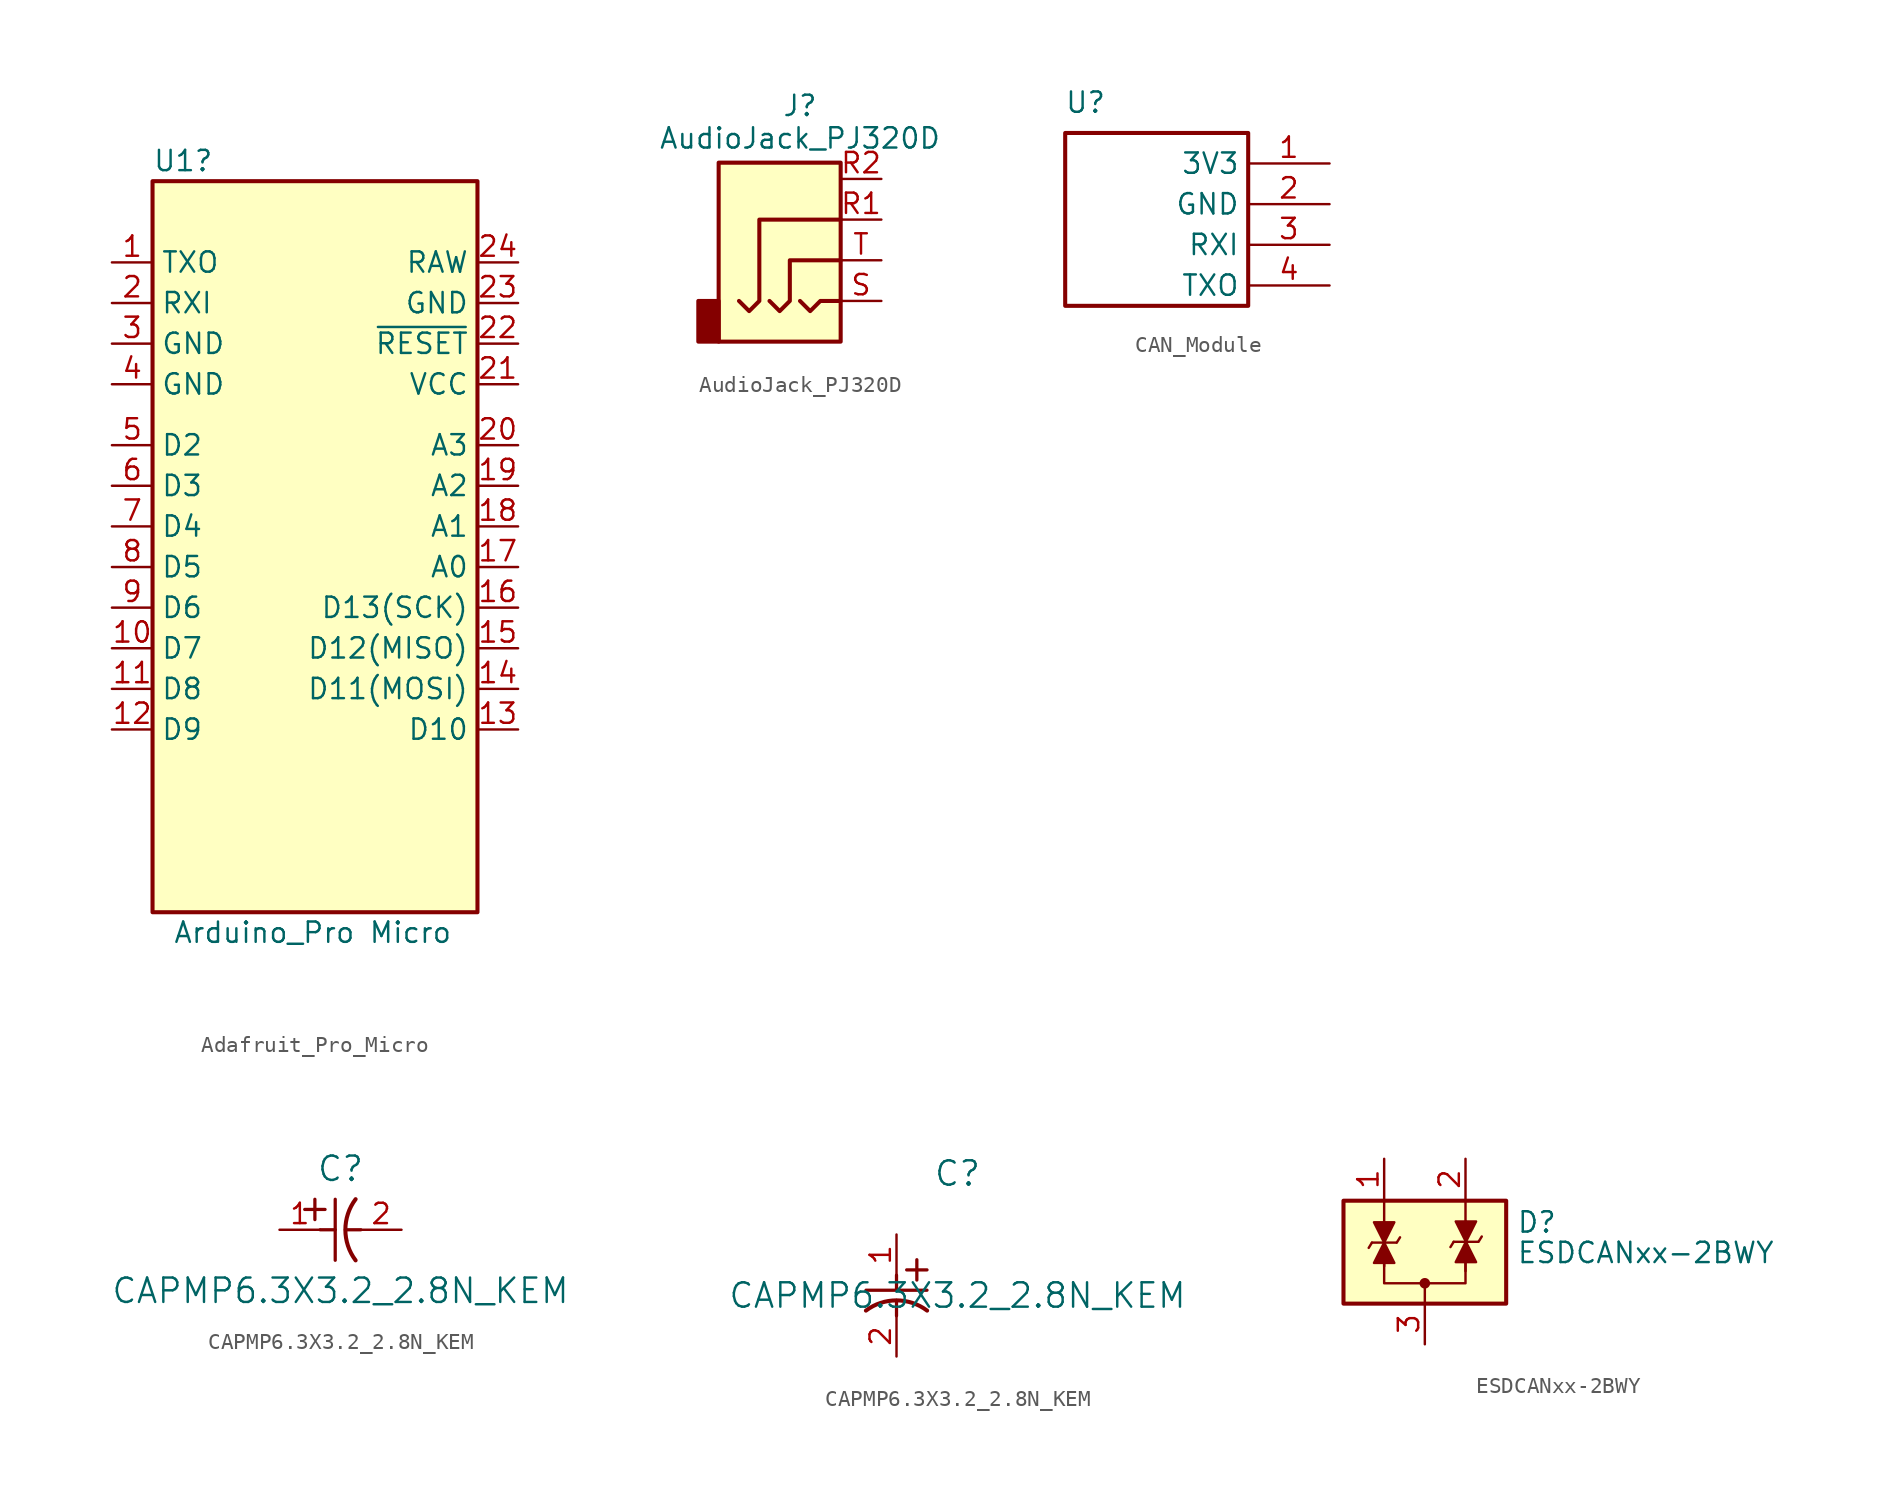
<source format=kicad_sym>
(kicad_symbol_lib
  (version 20241209)
  (generator "kicad_symbol_editor")
  (generator_version "9.0")
  (symbol "Adafruit_Pro_Micro"
    (property "Reference" "U1"
      (at -10.16 24.13 0)
      (effects (font (size 1.27 1.27)) (justify left)))
    (property "Value" "Arduino_Pro Micro"
      (at -8.89 -24.13 0)
      (effects (font (size 1.27 1.27)) (justify left)))
    (symbol "Adafruit_Pro_Micro_0_1"
      (rectangle (start -10.16 22.86) (end 10.16 -22.86) (stroke (width 0.254) (type default)) (fill (type background))))
    (symbol "Adafruit_Pro_Micro_1_1"
      (pin bidirectional line (at -12.7 17.78 0) (length 2.54) (name "TXO" (effects (font (size 1.27 1.27)))) (number "1" (effects (font (size 1.27 1.27)))))
      (pin bidirectional line (at -12.7 15.24 0) (length 2.54) (name "RXI" (effects (font (size 1.27 1.27)))) (number "2" (effects (font (size 1.27 1.27)))))
      (pin power_in line (at -12.7 12.7 0) (length 2.54) (name "GND" (effects (font (size 1.27 1.27)))) (number "3" (effects (font (size 1.27 1.27)))))
      (pin power_in line (at -12.7 10.16 0) (length 2.54) (name "GND" (effects (font (size 1.27 1.27)))) (number "4" (effects (font (size 1.27 1.27)))))
      (pin bidirectional line (at -12.7 6.35 0) (length 2.54) (name "D2" (effects (font (size 1.27 1.27)))) (number "5" (effects (font (size 1.27 1.27)))))
      (pin bidirectional line (at -12.7 3.81 0) (length 2.54) (name "D3" (effects (font (size 1.27 1.27)))) (number "6" (effects (font (size 1.27 1.27)))))
      (pin bidirectional line (at -12.7 1.27 0) (length 2.54) (name "D4" (effects (font (size 1.27 1.27)))) (number "7" (effects (font (size 1.27 1.27)))))
      (pin bidirectional line (at -12.7 -1.27 0) (length 2.54) (name "D5" (effects (font (size 1.27 1.27)))) (number "8" (effects (font (size 1.27 1.27)))))
      (pin bidirectional line (at -12.7 -3.81 0) (length 2.54) (name "D6" (effects (font (size 1.27 1.27)))) (number "9" (effects (font (size 1.27 1.27)))))
      (pin bidirectional line (at -12.7 -6.35 0) (length 2.54) (name "D7" (effects (font (size 1.27 1.27)))) (number "10" (effects (font (size 1.27 1.27)))))
      (pin bidirectional line (at -12.7 -8.89 0) (length 2.54) (name "D8" (effects (font (size 1.27 1.27)))) (number "11" (effects (font (size 1.27 1.27)))))
      (pin bidirectional line (at -12.7 -11.43 0) (length 2.54) (name "D9" (effects (font (size 1.27 1.27)))) (number "12" (effects (font (size 1.27 1.27)))))
      (pin power_out line (at 12.7 17.78 180) (length 2.54) (name "RAW" (effects (font (size 1.27 1.27)))) (number "24" (effects (font (size 1.27 1.27)))))
      (pin power_in line (at 12.7 15.24 180) (length 2.54) (name "GND" (effects (font (size 1.27 1.27)))) (number "23" (effects (font (size 1.27 1.27)))))
      (pin input line (at 12.7 12.7 180) (length 2.54) (name "~{RESET}" (effects (font (size 1.27 1.27)))) (number "22" (effects (font (size 1.27 1.27)))))
      (pin power_out line (at 12.7 10.16 180) (length 2.54) (name "VCC" (effects (font (size 1.27 1.27)))) (number "21" (effects (font (size 1.27 1.27)))))
      (pin bidirectional line (at 12.7 6.35 180) (length 2.54) (name "A3" (effects (font (size 1.27 1.27)))) (number "20" (effects (font (size 1.27 1.27)))))
      (pin bidirectional line (at 12.7 3.81 180) (length 2.54) (name "A2" (effects (font (size 1.27 1.27)))) (number "19" (effects (font (size 1.27 1.27)))))
      (pin bidirectional line (at 12.7 1.27 180) (length 2.54) (name "A1" (effects (font (size 1.27 1.27)))) (number "18" (effects (font (size 1.27 1.27)))))
      (pin bidirectional line (at 12.7 -1.27 180) (length 2.54) (name "A0" (effects (font (size 1.27 1.27)))) (number "17" (effects (font (size 1.27 1.27)))))
      (pin bidirectional line (at 12.7 -3.81 180) (length 2.54) (name "D13(SCK)" (effects (font (size 1.27 1.27)))) (number "16" (effects (font (size 1.27 1.27)))))
      (pin bidirectional line (at 12.7 -6.35 180) (length 2.54) (name "D12(MISO)" (effects (font (size 1.27 1.27)))) (number "15" (effects (font (size 1.27 1.27)))))
      (pin bidirectional line (at 12.7 -8.89 180) (length 2.54) (name "D11(MOSI)" (effects (font (size 1.27 1.27)))) (number "14" (effects (font (size 1.27 1.27)))))
      (pin bidirectional line (at 12.7 -11.43 180) (length 2.54) (name "D10" (effects (font (size 1.27 1.27)))) (number "13" (effects (font (size 1.27 1.27)))))))
  (symbol "AudioJack_PJ320D"
    (property "Reference" "J"
      (at 0 9.652 0)
      (effects (font (size 1.27 1.27))))
    (property "Value" "AudioJack_PJ320D"
      (at 0 7.62 0)
      (effects (font (size 1.27 1.27))))
    (symbol "AudioJack_PJ320D_0_1"
      (rectangle (start -5.08 6.096) (end 2.54 -5.08) (stroke (width 0.254) (type default)) (fill (type background)))
      (rectangle (start -5.08 -2.54) (end -6.35 -5.08) (stroke (width 0.254) (type default)) (fill (type outline)))
      (polyline (pts (xy -1.905 -2.54) (xy -1.27 -3.175) (xy -0.635 -2.54) (xy -0.635 0) (xy 2.54 0)) (stroke (width 0.254) (type default)) (fill (type none)))
      (polyline (pts (xy 0 -2.54) (xy 0.635 -3.175) (xy 1.27 -2.54) (xy 2.54 -2.54)) (stroke (width 0.254) (type default)) (fill (type none)))
      (polyline (pts (xy 2.54 2.54) (xy -2.54 2.54) (xy -2.54 -2.54) (xy -3.175 -3.175) (xy -3.81 -2.54)) (stroke (width 0.254) (type default)) (fill (type none))))
    (symbol "AudioJack_PJ320D_1_1"
      (pin passive line (at 5.08 5.08 180) (length 2.54) (name "~" (effects (font (size 1.27 1.27)))) (number "R2" (effects (font (size 1.27 1.27)))))
      (pin passive line (at 5.08 2.54 180) (length 2.54) (name "~" (effects (font (size 1.27 1.27)))) (number "R1" (effects (font (size 1.27 1.27)))))
      (pin passive line (at 5.08 0 180) (length 2.54) (name "~" (effects (font (size 1.27 1.27)))) (number "T" (effects (font (size 1.27 1.27)))))
      (pin passive line (at 5.08 -2.54 180) (length 2.54) (name "~" (effects (font (size 1.27 1.27)))) (number "S" (effects (font (size 1.27 1.27)))))))
  (symbol "CAN_Module"
    (property "Reference" "U"
      (at 1.27 8.89 0)
      (effects (font (size 1.27 1.27))))
    (property "Value" ""
      (at 0 0 0)
      (effects (font (size 1.27 1.27))))
    (symbol "CAN_Module_1_0"
      (rectangle (start 0 6.985) (end 11.43 -3.81) (stroke (width 0.254) (type solid)) (fill (type none)))
      (pin passive line (at 16.51 5.08 180) (length 5.08) (name "3V3" (effects (font (size 1.27 1.27)))) (number "1" (effects (font (size 1.27 1.27)))))
      (pin passive line (at 16.51 2.54 180) (length 5.08) (name "GND" (effects (font (size 1.27 1.27)))) (number "2" (effects (font (size 1.27 1.27)))))
      (pin passive line (at 16.51 0 180) (length 5.08) (name "RXI" (effects (font (size 1.27 1.27)))) (number "3" (effects (font (size 1.27 1.27)))))
      (pin passive line (at 16.51 -2.54 180) (length 5.08) (name "TXO" (effects (font (size 1.27 1.27)))) (number "4" (effects (font (size 1.27 1.27)))))))
  (symbol "CAPMP6.3X3.2_2.8N_KEM"
    (pin_names
      (offset 0.254))
    (property "Reference" "C"
      (at 3.81 3.81 0)
      (effects (font (size 1.524 1.524))))
    (property "Value" "CAPMP6.3X3.2_2.8N_KEM"
      (at 3.81 -3.81 0)
      (effects (font (size 1.524 1.524))))
    (property "ki_locked" ""
      (at 0 0 0)
      (effects (font (size 1.27 1.27))))
    (symbol "CAPMP6.3X3.2_2.8N_KEM_1_1"
      (polyline (pts (xy 1.575 1.27) (xy 2.845 1.27)) (stroke (width 0.203) (type default)) (fill (type none)))
      (polyline (pts (xy 2.21 0.635) (xy 2.21 1.905)) (stroke (width 0.203) (type default)) (fill (type none)))
      (polyline (pts (xy 2.54 0) (xy 3.48 0)) (stroke (width 0.203) (type default)) (fill (type none)))
      (polyline (pts (xy 3.48 -1.905) (xy 3.48 1.905)) (stroke (width 0.203) (type default)) (fill (type none)))
      (polyline (pts (xy 4.115 0) (xy 5.08 0)) (stroke (width 0.203) (type default)) (fill (type none)))
      (arc (start 4.7541 -1.9108) (mid 4.1148 0) (end 4.7541 1.9108) (stroke (width 0.254) (type default)) (fill (type none)))
      (pin unspecified line (at 0 0 0) (length 2.54) (name "" (effects (font (size 1.27 1.27)))) (number "1" (effects (font (size 1.27 1.27)))))
      (pin unspecified line (at 7.62 0 180) (length 2.54) (name "" (effects (font (size 1.27 1.27)))) (number "2" (effects (font (size 1.27 1.27))))))
    (symbol "CAPMP6.3X3.2_2.8N_KEM_1_2"
      (polyline (pts (xy -1.905 -3.48) (xy 1.905 -3.48)) (stroke (width 0.203) (type default)) (fill (type none)))
      (polyline (pts (xy 0 -2.54) (xy 0 -3.48)) (stroke (width 0.203) (type default)) (fill (type none)))
      (polyline (pts (xy 0 -4.115) (xy 0 -5.08)) (stroke (width 0.203) (type default)) (fill (type none)))
      (arc (start -1.9108 -4.7541) (mid 0 -4.1148) (end 1.9108 -4.7541) (stroke (width 0.254) (type default)) (fill (type none)))
      (polyline (pts (xy 0.635 -2.21) (xy 1.905 -2.21)) (stroke (width 0.203) (type default)) (fill (type none)))
      (polyline (pts (xy 1.27 -1.575) (xy 1.27 -2.845)) (stroke (width 0.203) (type default)) (fill (type none)))
      (pin unspecified line (at 0 0 270) (length 2.54) (name "" (effects (font (size 1.27 1.27)))) (number "1" (effects (font (size 1.27 1.27)))))
      (pin unspecified line (at 0 -7.62 90) (length 2.54) (name "" (effects (font (size 1.27 1.27)))) (number "2" (effects (font (size 1.27 1.27)))))))
  (symbol "ESDCANxx-2BWY"
    (pin_names
      (hide yes))
    (property "Reference" "D"
      (at 5.715 2.54 0)
      (effects (font (size 1.27 1.27)) (justify left)))
    (property "Value" "ESDCANxx-2BWY"
      (at 5.715 0.635 0)
      (effects (font (size 1.27 1.27)) (justify left)))
    (symbol "ESDCANxx-2BWY_0_0"
      (pin passive line (at 0 -5.08 90) (length 2.54) (name "A" (effects (font (size 1.27 1.27)))) (number "3" (effects (font (size 1.27 1.27))))))
    (symbol "ESDCANxx-2BWY_0_1"
      (rectangle (start -5.08 3.886) (end 5.08 -2.54) (stroke (width 0.254) (type default)) (fill (type background)))
      (polyline (pts (xy -3.302 1.27) (xy -3.505 0.94)) (stroke (width 0) (type default)) (fill (type none)))
      (polyline (pts (xy -2.54 2.54) (xy -2.54 1.27)) (stroke (width 0) (type default)) (fill (type none)))
      (polyline (pts (xy -2.54 1.27) (xy -3.302 1.27) (xy -1.905 1.27) (xy -1.778 1.27)) (stroke (width 0) (type default)) (fill (type none)))
      (polyline (pts (xy -2.54 1.27) (xy -2.54 -1.27) (xy 2.54 -1.27) (xy 2.54 1.27)) (stroke (width 0) (type default)) (fill (type none)))
      (polyline (pts (xy -1.753 1.27) (xy -1.549 1.6)) (stroke (width 0) (type default)) (fill (type none)))
      (polyline (pts (xy 0 -1.27) (xy 0 -2.54)) (stroke (width 0) (type default)) (fill (type none)))
      (circle (center 0 -1.27) (radius 0.254) (stroke (width 0) (type default)) (fill (type outline)))
      (polyline (pts (xy 1.803 1.321) (xy 1.6 0.991)) (stroke (width 0) (type default)) (fill (type none)))
      (polyline (pts (xy 2.54 2.54) (xy 2.54 1.27)) (stroke (width 0) (type default)) (fill (type none)))
      (polyline (pts (xy 2.565 2.591) (xy 2.565 1.321)) (stroke (width 0) (type default)) (fill (type none)))
      (polyline (pts (xy 2.565 1.321) (xy 1.803 1.321) (xy 3.2 1.321) (xy 3.327 1.321)) (stroke (width 0) (type default)) (fill (type none)))
      (polyline (pts (xy 3.353 1.321) (xy 3.556 1.651)) (stroke (width 0) (type default)) (fill (type none))))
    (symbol "ESDCANxx-2BWY_1_1"
      (polyline (pts (xy -2.54 1.27) (xy -3.175 2.54) (xy -1.905 2.54) (xy -2.54 1.27)) (stroke (width 0) (type default)) (fill (type outline)))
      (polyline (pts (xy -2.54 1.27) (xy -1.905 0) (xy -3.175 0) (xy -2.54 1.27)) (stroke (width 0) (type default)) (fill (type outline)))
      (polyline (pts (xy -2.54 -0.203) (xy -2.54 3.886)) (stroke (width 0) (type default)) (fill (type none)))
      (polyline (pts (xy 2.54 -0.508) (xy 2.54 3.937)) (stroke (width 0) (type default)) (fill (type none)))
      (polyline (pts (xy 2.565 1.321) (xy 1.93 2.591) (xy 3.2 2.591) (xy 2.565 1.321)) (stroke (width 0) (type default)) (fill (type outline)))
      (polyline (pts (xy 2.565 1.321) (xy 3.2 0.051) (xy 1.93 0.051) (xy 2.565 1.321)) (stroke (width 0) (type default)) (fill (type outline)))
      (pin passive line (at -2.54 6.502 270) (length 2.54) (name "K" (effects (font (size 1.27 1.27)))) (number "1" (effects (font (size 1.27 1.27)))))
      (pin passive line (at 2.54 6.502 270) (length 2.54) (name "K" (effects (font (size 1.27 1.27)))) (number "2" (effects (font (size 1.27 1.27))))))))
</source>
